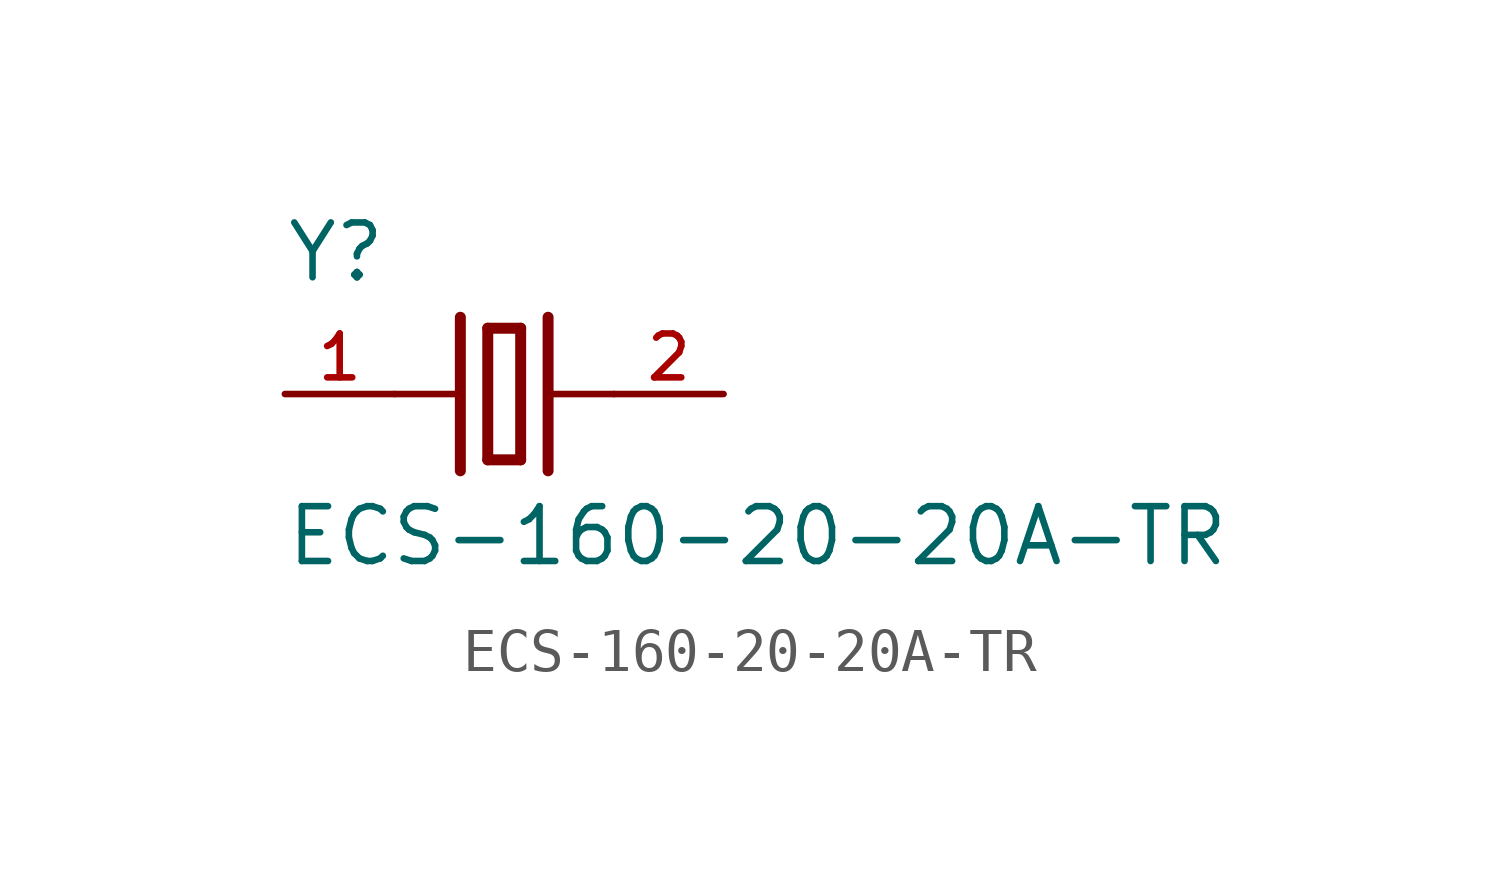
<source format=kicad_sym>
(kicad_symbol_lib
  (version 20211014)
  (generator kicad_symbol_editor)
  (symbol "ECS-160-20-20A-TR"
    (pin_names
      (offset 1.016))
    (property "Reference" "Y"
      (at -5.083 2.541 0)
      (effects (font (size 1.27 1.27)) (justify bottom left)))
    (property "Value" "ECS-160-20-20A-TR"
      (at -5.088 -2.544 0.0)
      (effects (font (size 1.27 1.27)) (justify top left)))
    (symbol "ECS-160-20-20A-TR_0_0"
      (polyline (pts (xy 1.016 0.0) (xy 2.54 0.0)) (stroke (width 0.152)))
      (polyline (pts (xy -2.54 0.0) (xy -1.016 0.0)) (stroke (width 0.152)))
      (polyline (pts (xy -0.381 1.524) (xy -0.381 -1.524)) (stroke (width 0.254)))
      (polyline (pts (xy -0.381 -1.524) (xy 0.381 -1.524)) (stroke (width 0.254)))
      (polyline (pts (xy 0.381 -1.524) (xy 0.381 1.524)) (stroke (width 0.254)))
      (polyline (pts (xy 0.381 1.524) (xy -0.381 1.524)) (stroke (width 0.254)))
      (polyline (pts (xy 1.016 1.778) (xy 1.016 -1.778)) (stroke (width 0.254)))
      (polyline (pts (xy -1.016 1.778) (xy -1.016 -1.778)) (stroke (width 0.254)))
      (pin passive line (at 5.08 0.0 180.0) (length 2.54) (name "~" (effects (font (size 1.016 1.016)))) (number "2" (effects (font (size 1.016 1.016)))))
      (pin passive line (at -5.08 0.0 0) (length 2.54) (name "~" (effects (font (size 1.016 1.016)))) (number "1" (effects (font (size 1.016 1.016))))))))
</source>
